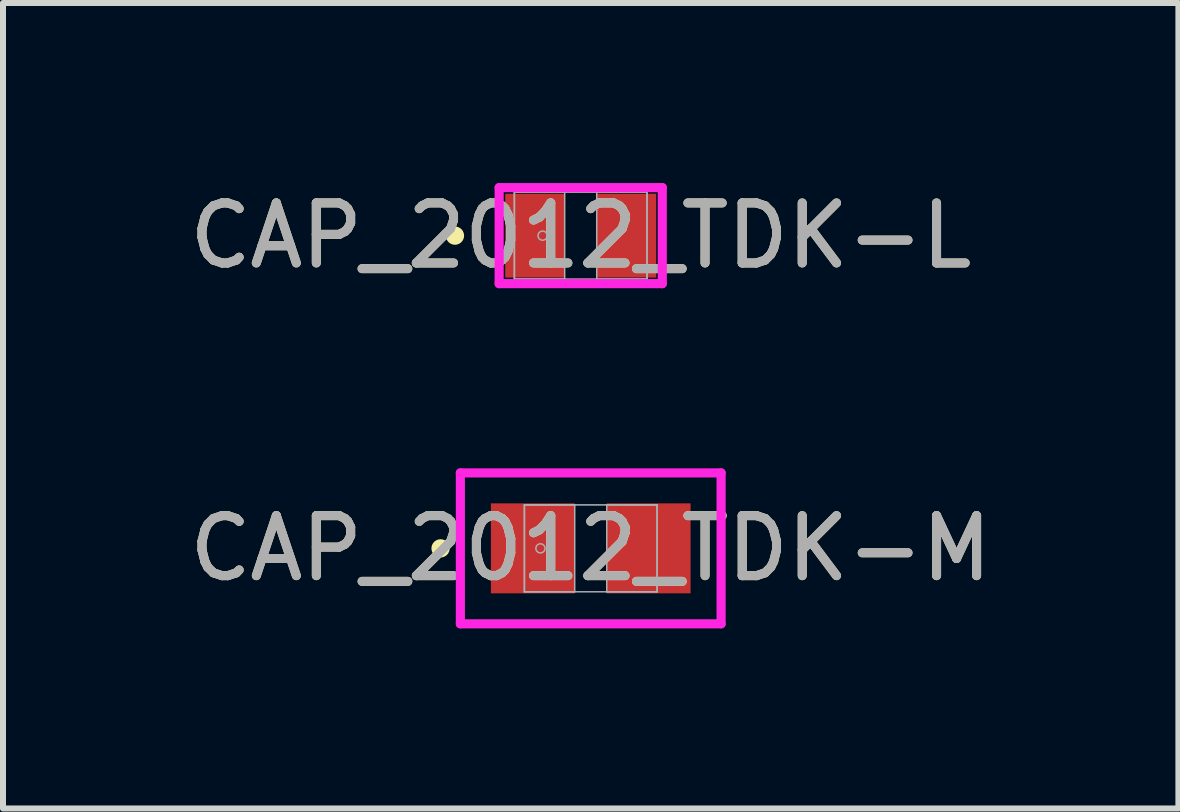
<source format=kicad_pcb>
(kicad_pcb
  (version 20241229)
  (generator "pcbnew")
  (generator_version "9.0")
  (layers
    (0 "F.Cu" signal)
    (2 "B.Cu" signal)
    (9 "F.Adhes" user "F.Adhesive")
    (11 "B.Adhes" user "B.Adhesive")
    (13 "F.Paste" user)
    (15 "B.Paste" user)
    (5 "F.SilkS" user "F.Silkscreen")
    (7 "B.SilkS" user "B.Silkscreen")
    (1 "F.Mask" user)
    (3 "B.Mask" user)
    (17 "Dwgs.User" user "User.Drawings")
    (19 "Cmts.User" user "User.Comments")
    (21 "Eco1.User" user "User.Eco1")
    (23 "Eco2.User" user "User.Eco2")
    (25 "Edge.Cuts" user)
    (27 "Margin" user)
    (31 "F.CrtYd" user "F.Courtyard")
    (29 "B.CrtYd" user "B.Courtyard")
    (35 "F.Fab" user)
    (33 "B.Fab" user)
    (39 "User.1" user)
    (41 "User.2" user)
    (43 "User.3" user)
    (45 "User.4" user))
  (footprint "CAP_2012_TDK-L"
    (layer "F.Cu")
    (at 6.625 0.876)
    (property "Reference" "CAP_2012_TDK-L" (at 0 0 0) (unlocked yes) (layer "F.SilkS") (effects (font (size 1 1) (thickness 0.15))))
    (attr smd)
    (fp_circle (center -2.095 0) (end -2.019 0) (stroke (width 0.152) (type solid)) (fill no) (layer "F.SilkS"))
    (fp_line (start -1.359 -0.8) (end 1.359 -0.8) (stroke (width 0.152) (type solid)) (layer "F.CrtYd"))
    (fp_line (start -1.359 0.8) (end -1.359 -0.8) (stroke (width 0.152) (type solid)) (layer "F.CrtYd"))
    (fp_line (start 1.359 -0.8) (end 1.359 0.8) (stroke (width 0.152) (type solid)) (layer "F.CrtYd"))
    (fp_line (start 1.359 0.8) (end -1.359 0.8) (stroke (width 0.152) (type solid)) (layer "F.CrtYd"))
    (fp_line (start -1.105 -0.724) (end -1.105 0.724) (stroke (width 0.025) (type solid)) (layer "F.Fab"))
    (fp_line (start -1.105 -0.724) (end -1.105 0.724) (stroke (width 0.025) (type solid)) (layer "F.Fab"))
    (fp_line (start -1.105 0.724) (end -0.267 0.724) (stroke (width 0.025) (type solid)) (layer "F.Fab"))
    (fp_line (start -1.105 0.724) (end 1.105 0.724) (stroke (width 0.025) (type solid)) (layer "F.Fab"))
    (fp_line (start -0.267 -0.724) (end -1.105 -0.724) (stroke (width 0.025) (type solid)) (layer "F.Fab"))
    (fp_line (start -0.267 0.724) (end -0.267 -0.724) (stroke (width 0.025) (type solid)) (layer "F.Fab"))
    (fp_line (start 0.267 -0.724) (end 0.267 0.724) (stroke (width 0.025) (type solid)) (layer "F.Fab"))
    (fp_line (start 0.267 0.724) (end 1.105 0.724) (stroke (width 0.025) (type solid)) (layer "F.Fab"))
    (fp_line (start 1.105 -0.724) (end -1.105 -0.724) (stroke (width 0.025) (type solid)) (layer "F.Fab"))
    (fp_line (start 1.105 -0.724) (end 0.267 -0.724) (stroke (width 0.025) (type solid)) (layer "F.Fab"))
    (fp_line (start 1.105 0.724) (end 1.105 -0.724) (stroke (width 0.025) (type solid)) (layer "F.Fab"))
    (fp_line (start 1.105 0.724) (end 1.105 -0.724) (stroke (width 0.025) (type solid)) (layer "F.Fab"))
    (fp_circle (center -0.635 0) (end -0.559 0) (stroke (width 0.025) (type solid)) (fill no) (layer "F.Fab"))
    (fp_text user "${REFERENCE}" (at 0 0 0) (unlocked yes) (layer "F.Fab") (effects (font (size 1 1) (thickness 0.15))))
    (pad "1" smd rect (at -0.762 0) (size 0.991 1.397) (layers "F.Cu" "F.Mask" "F.Paste"))
    (pad "2" smd rect (at 0.762 0) (size 0.991 1.397) (layers "F.Cu" "F.Mask" "F.Paste"))
    (zone (net_name "") (layer "F.Cu") (hatch full 0.508) (connect_pads) (min_thickness 0.254) (filled_areas_thickness no) (keepout (tracks not_allowed) (vias not_allowed) (pads allowed) (copperpour not_allowed) (footprints allowed)) (placement (enabled no)) (fill) (polygon (pts (xy 6.409 0.203) (xy 6.841 0.203) (xy 6.841 1.549) (xy 6.409 1.549)))))
  (footprint "CAP_2012_TDK-M"
    (layer "F.Cu")
    (at 6.792 6.086)
    (property "Reference" "CAP_2012_TDK-M" (at 0 0 0) (unlocked yes) (layer "F.SilkS") (effects (font (size 1 1) (thickness 0.15))))
    (attr smd)
    (fp_circle (center -2.502 0) (end -2.426 0) (stroke (width 0.152) (type solid)) (fill no) (layer "F.SilkS"))
    (fp_line (start -2.172 -1.257) (end 2.172 -1.257) (stroke (width 0.152) (type solid)) (layer "F.CrtYd"))
    (fp_line (start -2.172 1.257) (end -2.172 -1.257) (stroke (width 0.152) (type solid)) (layer "F.CrtYd"))
    (fp_line (start 2.172 -1.257) (end 2.172 1.257) (stroke (width 0.152) (type solid)) (layer "F.CrtYd"))
    (fp_line (start 2.172 1.257) (end -2.172 1.257) (stroke (width 0.152) (type solid)) (layer "F.CrtYd"))
    (fp_line (start -1.105 -0.724) (end -1.105 0.724) (stroke (width 0.025) (type solid)) (layer "F.Fab"))
    (fp_line (start -1.105 -0.724) (end -1.105 0.724) (stroke (width 0.025) (type solid)) (layer "F.Fab"))
    (fp_line (start -1.105 0.724) (end -0.267 0.724) (stroke (width 0.025) (type solid)) (layer "F.Fab"))
    (fp_line (start -1.105 0.724) (end 1.105 0.724) (stroke (width 0.025) (type solid)) (layer "F.Fab"))
    (fp_line (start -0.267 -0.724) (end -1.105 -0.724) (stroke (width 0.025) (type solid)) (layer "F.Fab"))
    (fp_line (start -0.267 0.724) (end -0.267 -0.724) (stroke (width 0.025) (type solid)) (layer "F.Fab"))
    (fp_line (start 0.267 -0.724) (end 0.267 0.724) (stroke (width 0.025) (type solid)) (layer "F.Fab"))
    (fp_line (start 0.267 0.724) (end 1.105 0.724) (stroke (width 0.025) (type solid)) (layer "F.Fab"))
    (fp_line (start 1.105 -0.724) (end -1.105 -0.724) (stroke (width 0.025) (type solid)) (layer "F.Fab"))
    (fp_line (start 1.105 -0.724) (end 0.267 -0.724) (stroke (width 0.025) (type solid)) (layer "F.Fab"))
    (fp_line (start 1.105 0.724) (end 1.105 -0.724) (stroke (width 0.025) (type solid)) (layer "F.Fab"))
    (fp_line (start 1.105 0.724) (end 1.105 -0.724) (stroke (width 0.025) (type solid)) (layer "F.Fab"))
    (fp_circle (center -0.838 0) (end -0.762 0) (stroke (width 0.025) (type solid)) (fill no) (layer "F.Fab"))
    (fp_text user "${REFERENCE}" (at 0 0 0) (unlocked yes) (layer "F.Fab") (effects (font (size 1 1) (thickness 0.15))))
    (pad "1" smd rect (at -0.965 0) (size 1.397 1.499) (layers "F.Cu" "F.Mask" "F.Paste"))
    (pad "2" smd rect (at 0.965 0) (size 1.397 1.499) (layers "F.Cu" "F.Mask" "F.Paste"))
    (zone (net_name "") (layer "F.Cu") (hatch full 0.508) (connect_pads) (min_thickness 0.254) (filled_areas_thickness no) (keepout (tracks not_allowed) (vias not_allowed) (pads allowed) (copperpour not_allowed) (footprints allowed)) (placement (enabled no)) (fill) (polygon (pts (xy 6.576 5.413) (xy 7.008 5.413) (xy 7.008 6.759) (xy 6.576 6.759)))))
  (gr_rect
    (start -3 -3)
    (end 16.583 10.42)
    (stroke (width 0.1) (type default))
    (fill no)
    (layer "Edge.Cuts")))
</source>
